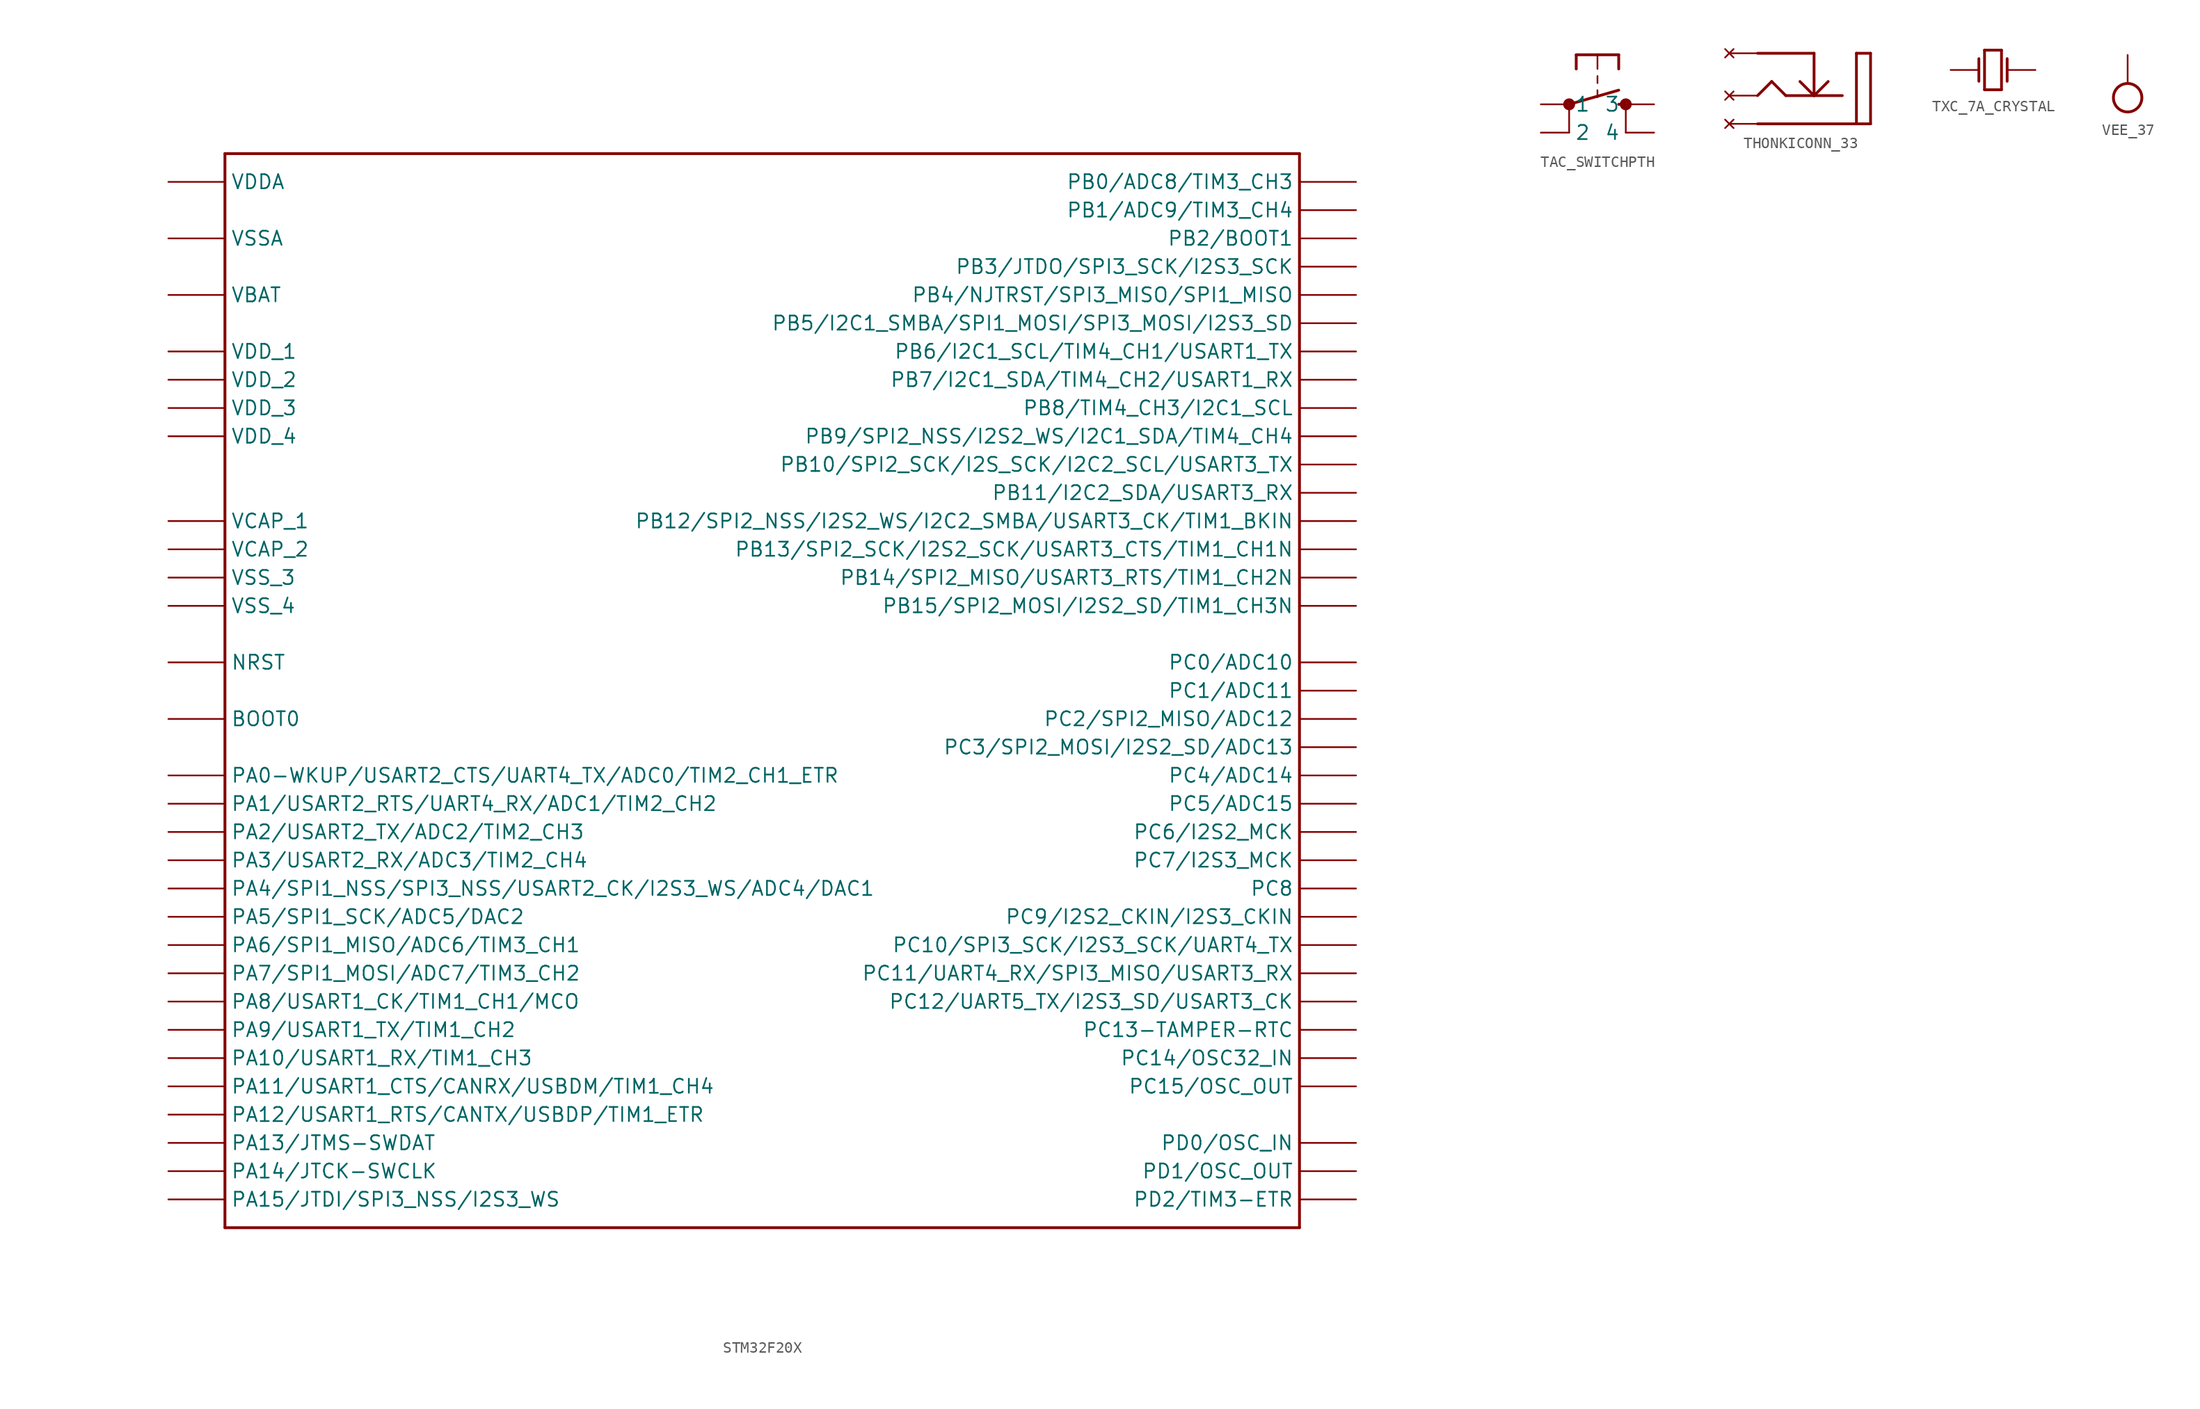
<source format=kicad_sym>
(kicad_symbol_lib
  (version 20231120)
  (generator "kicad_symbol_editor")
  (generator_version "8.0")
  (symbol "STM32F20X"
    (property "Reference" "IC"
      (at 0 0 0)
      (effects (font (size 1.27 1.27)) (hide yes)))
    (property "ki_locked" ""
      (at 0 0 0)
      (effects (font (size 1.27 1.27))))
    (symbol "STM32F20X_1_0"
      (polyline (pts (xy -48.26 -48.26) (xy -48.26 48.26)) (stroke (width 0.254) (type solid)) (fill (type none)))
      (polyline (pts (xy -48.26 48.26) (xy 48.26 48.26)) (stroke (width 0.254) (type solid)) (fill (type none)))
      (polyline (pts (xy 48.26 -48.26) (xy -48.26 -48.26)) (stroke (width 0.254) (type solid)) (fill (type none)))
      (polyline (pts (xy 48.26 48.26) (xy 48.26 -48.26)) (stroke (width 0.254) (type solid)) (fill (type none)))
      (pin power_in line (at -53.34 35.56 0) (length 5.08) (name "VBAT" (effects (font (size 1.27 1.27)))) (number "1" (effects (font (size 0 0)))))
      (pin bidirectional line (at 53.34 -2.54 180) (length 5.08) (name "PC2/SPI2_MISO/ADC12" (effects (font (size 1.27 1.27)))) (number "10" (effects (font (size 0 0)))))
      (pin bidirectional line (at 53.34 -5.08 180) (length 5.08) (name "PC3/SPI2_MOSI/I2S2_SD/ADC13" (effects (font (size 1.27 1.27)))) (number "11" (effects (font (size 0 0)))))
      (pin power_in line (at -53.34 40.64 0) (length 5.08) (name "VSSA" (effects (font (size 1.27 1.27)))) (number "12" (effects (font (size 0 0)))))
      (pin power_in line (at -53.34 45.72 0) (length 5.08) (name "VDDA" (effects (font (size 1.27 1.27)))) (number "13" (effects (font (size 0 0)))))
      (pin bidirectional line (at -53.34 -7.62 0) (length 5.08) (name "PA0-WKUP/USART2_CTS/UART4_TX/ADC0/TIM2_CH1_ETR" (effects (font (size 1.27 1.27)))) (number "14" (effects (font (size 0 0)))))
      (pin bidirectional line (at -53.34 -10.16 0) (length 5.08) (name "PA1/USART2_RTS/UART4_RX/ADC1/TIM2_CH2" (effects (font (size 1.27 1.27)))) (number "15" (effects (font (size 0 0)))))
      (pin bidirectional line (at -53.34 -12.7 0) (length 5.08) (name "PA2/USART2_TX/ADC2/TIM2_CH3" (effects (font (size 1.27 1.27)))) (number "16" (effects (font (size 0 0)))))
      (pin bidirectional line (at -53.34 -15.24 0) (length 5.08) (name "PA3/USART2_RX/ADC3/TIM2_CH4" (effects (font (size 1.27 1.27)))) (number "17" (effects (font (size 0 0)))))
      (pin power_in line (at -53.34 7.62 0) (length 5.08) (name "VSS_4" (effects (font (size 1.27 1.27)))) (number "18" (effects (font (size 0 0)))))
      (pin power_in line (at -53.34 22.86 0) (length 5.08) (name "VDD_4" (effects (font (size 1.27 1.27)))) (number "19" (effects (font (size 0 0)))))
      (pin bidirectional line (at 53.34 -30.48 180) (length 5.08) (name "PC13-TAMPER-RTC" (effects (font (size 1.27 1.27)))) (number "2" (effects (font (size 0 0)))))
      (pin bidirectional line (at -53.34 -17.78 0) (length 5.08) (name "PA4/SPI1_NSS/SPI3_NSS/USART2_CK/I2S3_WS/ADC4/DAC1" (effects (font (size 1.27 1.27)))) (number "20" (effects (font (size 0 0)))))
      (pin bidirectional line (at -53.34 -20.32 0) (length 5.08) (name "PA5/SPI1_SCK/ADC5/DAC2" (effects (font (size 1.27 1.27)))) (number "21" (effects (font (size 0 0)))))
      (pin bidirectional line (at -53.34 -22.86 0) (length 5.08) (name "PA6/SPI1_MISO/ADC6/TIM3_CH1" (effects (font (size 1.27 1.27)))) (number "22" (effects (font (size 0 0)))))
      (pin bidirectional line (at -53.34 -25.4 0) (length 5.08) (name "PA7/SPI1_MOSI/ADC7/TIM3_CH2" (effects (font (size 1.27 1.27)))) (number "23" (effects (font (size 0 0)))))
      (pin bidirectional line (at 53.34 -7.62 180) (length 5.08) (name "PC4/ADC14" (effects (font (size 1.27 1.27)))) (number "24" (effects (font (size 0 0)))))
      (pin bidirectional line (at 53.34 -10.16 180) (length 5.08) (name "PC5/ADC15" (effects (font (size 1.27 1.27)))) (number "25" (effects (font (size 0 0)))))
      (pin bidirectional line (at 53.34 45.72 180) (length 5.08) (name "PB0/ADC8/TIM3_CH3" (effects (font (size 1.27 1.27)))) (number "26" (effects (font (size 0 0)))))
      (pin bidirectional line (at 53.34 43.18 180) (length 5.08) (name "PB1/ADC9/TIM3_CH4" (effects (font (size 1.27 1.27)))) (number "27" (effects (font (size 0 0)))))
      (pin bidirectional line (at 53.34 40.64 180) (length 5.08) (name "PB2/BOOT1" (effects (font (size 1.27 1.27)))) (number "28" (effects (font (size 0 0)))))
      (pin bidirectional line (at 53.34 20.32 180) (length 5.08) (name "PB10/SPI2_SCK/I2S_SCK/I2C2_SCL/USART3_TX" (effects (font (size 1.27 1.27)))) (number "29" (effects (font (size 0 0)))))
      (pin bidirectional line (at 53.34 -33.02 180) (length 5.08) (name "PC14/OSC32_IN" (effects (font (size 1.27 1.27)))) (number "3" (effects (font (size 0 0)))))
      (pin bidirectional line (at 53.34 17.78 180) (length 5.08) (name "PB11/I2C2_SDA/USART3_RX" (effects (font (size 1.27 1.27)))) (number "30" (effects (font (size 0 0)))))
      (pin power_in line (at -53.34 15.24 0) (length 5.08) (name "VCAP_1" (effects (font (size 1.27 1.27)))) (number "31" (effects (font (size 0 0)))))
      (pin power_in line (at -53.34 30.48 0) (length 5.08) (name "VDD_1" (effects (font (size 1.27 1.27)))) (number "32" (effects (font (size 0 0)))))
      (pin bidirectional line (at 53.34 15.24 180) (length 5.08) (name "PB12/SPI2_NSS/I2S2_WS/I2C2_SMBA/USART3_CK/TIM1_BKIN" (effects (font (size 1.27 1.27)))) (number "33" (effects (font (size 0 0)))))
      (pin bidirectional line (at 53.34 12.7 180) (length 5.08) (name "PB13/SPI2_SCK/I2S2_SCK/USART3_CTS/TIM1_CH1N" (effects (font (size 1.27 1.27)))) (number "34" (effects (font (size 0 0)))))
      (pin bidirectional line (at 53.34 10.16 180) (length 5.08) (name "PB14/SPI2_MISO/USART3_RTS/TIM1_CH2N" (effects (font (size 1.27 1.27)))) (number "35" (effects (font (size 0 0)))))
      (pin bidirectional line (at 53.34 7.62 180) (length 5.08) (name "PB15/SPI2_MOSI/I2S2_SD/TIM1_CH3N" (effects (font (size 1.27 1.27)))) (number "36" (effects (font (size 0 0)))))
      (pin bidirectional line (at 53.34 -12.7 180) (length 5.08) (name "PC6/I2S2_MCK" (effects (font (size 1.27 1.27)))) (number "37" (effects (font (size 0 0)))))
      (pin bidirectional line (at 53.34 -15.24 180) (length 5.08) (name "PC7/I2S3_MCK" (effects (font (size 1.27 1.27)))) (number "38" (effects (font (size 0 0)))))
      (pin bidirectional line (at 53.34 -17.78 180) (length 5.08) (name "PC8" (effects (font (size 1.27 1.27)))) (number "39" (effects (font (size 0 0)))))
      (pin bidirectional line (at 53.34 -35.56 180) (length 5.08) (name "PC15/OSC_OUT" (effects (font (size 1.27 1.27)))) (number "4" (effects (font (size 0 0)))))
      (pin bidirectional line (at 53.34 -20.32 180) (length 5.08) (name "PC9/I2S2_CKIN/I2S3_CKIN" (effects (font (size 1.27 1.27)))) (number "40" (effects (font (size 0 0)))))
      (pin bidirectional line (at -53.34 -27.94 0) (length 5.08) (name "PA8/USART1_CK/TIM1_CH1/MCO" (effects (font (size 1.27 1.27)))) (number "41" (effects (font (size 0 0)))))
      (pin bidirectional line (at -53.34 -30.48 0) (length 5.08) (name "PA9/USART1_TX/TIM1_CH2" (effects (font (size 1.27 1.27)))) (number "42" (effects (font (size 0 0)))))
      (pin bidirectional line (at -53.34 -33.02 0) (length 5.08) (name "PA10/USART1_RX/TIM1_CH3" (effects (font (size 1.27 1.27)))) (number "43" (effects (font (size 0 0)))))
      (pin bidirectional line (at -53.34 -35.56 0) (length 5.08) (name "PA11/USART1_CTS/CANRX/USBDM/TIM1_CH4" (effects (font (size 1.27 1.27)))) (number "44" (effects (font (size 0 0)))))
      (pin bidirectional line (at -53.34 -38.1 0) (length 5.08) (name "PA12/USART1_RTS/CANTX/USBDP/TIM1_ETR" (effects (font (size 1.27 1.27)))) (number "45" (effects (font (size 0 0)))))
      (pin bidirectional line (at -53.34 -40.64 0) (length 5.08) (name "PA13/JTMS-SWDAT" (effects (font (size 1.27 1.27)))) (number "46" (effects (font (size 0 0)))))
      (pin power_in line (at -53.34 12.7 0) (length 5.08) (name "VCAP_2" (effects (font (size 1.27 1.27)))) (number "47" (effects (font (size 0 0)))))
      (pin power_in line (at -53.34 27.94 0) (length 5.08) (name "VDD_2" (effects (font (size 1.27 1.27)))) (number "48" (effects (font (size 0 0)))))
      (pin bidirectional line (at -53.34 -43.18 0) (length 5.08) (name "PA14/JTCK-SWCLK" (effects (font (size 1.27 1.27)))) (number "49" (effects (font (size 0 0)))))
      (pin bidirectional line (at 53.34 -40.64 180) (length 5.08) (name "PD0/OSC_IN" (effects (font (size 1.27 1.27)))) (number "5" (effects (font (size 0 0)))))
      (pin bidirectional line (at -53.34 -45.72 0) (length 5.08) (name "PA15/JTDI/SPI3_NSS/I2S3_WS" (effects (font (size 1.27 1.27)))) (number "50" (effects (font (size 0 0)))))
      (pin bidirectional line (at 53.34 -22.86 180) (length 5.08) (name "PC10/SPI3_SCK/I2S3_SCK/UART4_TX" (effects (font (size 1.27 1.27)))) (number "51" (effects (font (size 0 0)))))
      (pin bidirectional line (at 53.34 -25.4 180) (length 5.08) (name "PC11/UART4_RX/SPI3_MISO/USART3_RX" (effects (font (size 1.27 1.27)))) (number "52" (effects (font (size 0 0)))))
      (pin bidirectional line (at 53.34 -27.94 180) (length 5.08) (name "PC12/UART5_TX/I2S3_SD/USART3_CK" (effects (font (size 1.27 1.27)))) (number "53" (effects (font (size 0 0)))))
      (pin bidirectional line (at 53.34 -45.72 180) (length 5.08) (name "PD2/TIM3-ETR" (effects (font (size 1.27 1.27)))) (number "54" (effects (font (size 0 0)))))
      (pin bidirectional line (at 53.34 38.1 180) (length 5.08) (name "PB3/JTDO/SPI3_SCK/I2S3_SCK" (effects (font (size 1.27 1.27)))) (number "55" (effects (font (size 0 0)))))
      (pin bidirectional line (at 53.34 35.56 180) (length 5.08) (name "PB4/NJTRST/SPI3_MISO/SPI1_MISO" (effects (font (size 1.27 1.27)))) (number "56" (effects (font (size 0 0)))))
      (pin bidirectional line (at 53.34 33.02 180) (length 5.08) (name "PB5/I2C1_SMBA/SPI1_MOSI/SPI3_MOSI/I2S3_SD" (effects (font (size 1.27 1.27)))) (number "57" (effects (font (size 0 0)))))
      (pin bidirectional line (at 53.34 30.48 180) (length 5.08) (name "PB6/I2C1_SCL/TIM4_CH1/USART1_TX" (effects (font (size 1.27 1.27)))) (number "58" (effects (font (size 0 0)))))
      (pin bidirectional line (at 53.34 27.94 180) (length 5.08) (name "PB7/I2C1_SDA/TIM4_CH2/USART1_RX" (effects (font (size 1.27 1.27)))) (number "59" (effects (font (size 0 0)))))
      (pin bidirectional line (at 53.34 -43.18 180) (length 5.08) (name "PD1/OSC_OUT" (effects (font (size 1.27 1.27)))) (number "6" (effects (font (size 0 0)))))
      (pin bidirectional line (at -53.34 -2.54 0) (length 5.08) (name "BOOT0" (effects (font (size 1.27 1.27)))) (number "60" (effects (font (size 0 0)))))
      (pin bidirectional line (at 53.34 25.4 180) (length 5.08) (name "PB8/TIM4_CH3/I2C1_SCL" (effects (font (size 1.27 1.27)))) (number "61" (effects (font (size 0 0)))))
      (pin bidirectional line (at 53.34 22.86 180) (length 5.08) (name "PB9/SPI2_NSS/I2S2_WS/I2C1_SDA/TIM4_CH4" (effects (font (size 1.27 1.27)))) (number "62" (effects (font (size 0 0)))))
      (pin power_in line (at -53.34 10.16 0) (length 5.08) (name "VSS_3" (effects (font (size 1.27 1.27)))) (number "63" (effects (font (size 0 0)))))
      (pin power_in line (at -53.34 25.4 0) (length 5.08) (name "VDD_3" (effects (font (size 1.27 1.27)))) (number "64" (effects (font (size 0 0)))))
      (pin bidirectional line (at -53.34 2.54 0) (length 5.08) (name "NRST" (effects (font (size 1.27 1.27)))) (number "7" (effects (font (size 0 0)))))
      (pin bidirectional line (at 53.34 2.54 180) (length 5.08) (name "PC0/ADC10" (effects (font (size 1.27 1.27)))) (number "8" (effects (font (size 0 0)))))
      (pin bidirectional line (at 53.34 0 180) (length 5.08) (name "PC1/ADC11" (effects (font (size 1.27 1.27)))) (number "9" (effects (font (size 0 0)))))))
  (symbol "TAC_SWITCHPTH"
    (property "Reference" "SW"
      (at 0 0 0)
      (effects (font (size 1.27 1.27)) (hide yes)))
    (property "ki_locked" ""
      (at 0 0 0)
      (effects (font (size 1.27 1.27))))
    (symbol "TAC_SWITCHPTH_1_0"
      (circle (center -2.54 -0.953) (radius 0.127) (stroke (width 0.406) (type solid)) (fill (type none)))
      (polyline (pts (xy -2.54 -3.492) (xy -2.54 -0.952)) (stroke (width 0.152) (type solid)) (fill (type none)))
      (polyline (pts (xy -2.54 -0.952) (xy 1.905 0.317)) (stroke (width 0.254) (type solid)) (fill (type none)))
      (polyline (pts (xy -1.905 3.492) (xy -1.905 2.222)) (stroke (width 0.254) (type solid)) (fill (type none)))
      (polyline (pts (xy 0 0.317) (xy 0 -0.317)) (stroke (width 0.152) (type solid)) (fill (type none)))
      (polyline (pts (xy 0 1.587) (xy 0 0.952)) (stroke (width 0.152) (type solid)) (fill (type none)))
      (polyline (pts (xy 0 3.492) (xy -1.905 3.492)) (stroke (width 0.254) (type solid)) (fill (type none)))
      (polyline (pts (xy 0 3.492) (xy 0 2.222)) (stroke (width 0.152) (type solid)) (fill (type none)))
      (polyline (pts (xy 1.905 -0.952) (xy 2.54 -0.952)) (stroke (width 0.254) (type solid)) (fill (type none)))
      (polyline (pts (xy 1.905 3.492) (xy 0 3.492)) (stroke (width 0.254) (type solid)) (fill (type none)))
      (polyline (pts (xy 1.905 3.492) (xy 1.905 2.222)) (stroke (width 0.254) (type solid)) (fill (type none)))
      (polyline (pts (xy 2.54 -3.492) (xy 2.54 -0.952)) (stroke (width 0.152) (type solid)) (fill (type none)))
      (circle (center 2.54 -0.953) (radius 0.127) (stroke (width 0.406) (type solid)) (fill (type none)))
      (pin passive line (at -5.08 -0.952 0) (length 2.54) (name "1" (effects (font (size 1.27 1.27)))) (number "1" (effects (font (size 0 0)))))
      (pin passive line (at -5.08 -3.492 0) (length 2.54) (name "2" (effects (font (size 1.27 1.27)))) (number "2" (effects (font (size 0 0)))))
      (pin passive line (at 5.08 -0.952 180) (length 2.54) (name "3" (effects (font (size 1.27 1.27)))) (number "3" (effects (font (size 0 0)))))
      (pin passive line (at 5.08 -3.492 180) (length 2.54) (name "4" (effects (font (size 1.27 1.27)))) (number "4" (effects (font (size 0 0)))))))
  (symbol "THONKICONN_33"
    (property "Reference" "J"
      (at 0 0 0)
      (effects (font (size 1.27 1.27)) (hide yes)))
    (property "ki_locked" ""
      (at 0 0 0)
      (effects (font (size 1.27 1.27))))
    (symbol "THONKICONN_33_1_0"
      (polyline (pts (xy -5.08 -0.635) (xy -3.81 0.635)) (stroke (width 0.25) (type solid)) (fill (type none)))
      (polyline (pts (xy -5.08 3.175) (xy 0 3.175)) (stroke (width 0.25) (type solid)) (fill (type none)))
      (polyline (pts (xy -3.81 0.635) (xy -2.54 -0.635)) (stroke (width 0.25) (type solid)) (fill (type none)))
      (polyline (pts (xy -2.54 -0.635) (xy 2.54 -0.635)) (stroke (width 0.25) (type solid)) (fill (type none)))
      (polyline (pts (xy -1.27 0.635) (xy 0 -0.635)) (stroke (width 0.25) (type solid)) (fill (type none)))
      (polyline (pts (xy 0 -0.635) (xy 0 3.175)) (stroke (width 0.25) (type solid)) (fill (type none)))
      (polyline (pts (xy 1.27 0.635) (xy 0 -0.635)) (stroke (width 0.25) (type solid)) (fill (type none)))
      (polyline (pts (xy 3.81 -3.175) (xy -5.08 -3.175)) (stroke (width 0.25) (type solid)) (fill (type none)))
      (polyline (pts (xy 3.81 -3.175) (xy 3.81 3.175)) (stroke (width 0.25) (type solid)) (fill (type none)))
      (polyline (pts (xy 3.81 3.175) (xy 5.08 3.175)) (stroke (width 0.25) (type solid)) (fill (type none)))
      (polyline (pts (xy 5.08 -3.175) (xy 3.81 -3.175)) (stroke (width 0.25) (type solid)) (fill (type none)))
      (polyline (pts (xy 5.08 3.175) (xy 5.08 -3.175)) (stroke (width 0.25) (type solid)) (fill (type none)))
      (pin no_connect line (at -7.62 3.175 0) (length 2.54) (name "TN" (effects (font (size 0 0)))) (number "1" (effects (font (size 0 0)))))
      (pin no_connect line (at -7.62 -0.635 0) (length 2.54) (name "Tip" (effects (font (size 0 0)))) (number "2" (effects (font (size 0 0)))))
      (pin no_connect line (at -7.62 -3.175 0) (length 2.54) (name "GND" (effects (font (size 0 0)))) (number "3" (effects (font (size 0 0)))))))
  (symbol "TXC_7A_CRYSTAL"
    (property "Reference" "Q"
      (at 0 0 0)
      (effects (font (size 1.27 1.27)) (hide yes)))
    (property "ki_locked" ""
      (at 0 0 0)
      (effects (font (size 1.27 1.27))))
    (symbol "TXC_7A_CRYSTAL_1_0"
      (polyline (pts (xy -1.27 1.016) (xy -1.27 -1.016)) (stroke (width 0.25) (type solid)) (fill (type none)))
      (polyline (pts (xy -0.762 -1.778) (xy -0.762 1.778)) (stroke (width 0.25) (type solid)) (fill (type none)))
      (polyline (pts (xy -0.762 1.778) (xy 0.762 1.778)) (stroke (width 0.25) (type solid)) (fill (type none)))
      (polyline (pts (xy 0.762 -1.778) (xy -0.762 -1.778)) (stroke (width 0.25) (type solid)) (fill (type none)))
      (polyline (pts (xy 0.762 1.778) (xy 0.762 -1.778)) (stroke (width 0.25) (type solid)) (fill (type none)))
      (polyline (pts (xy 1.27 1.016) (xy 1.27 -1.016)) (stroke (width 0.25) (type solid)) (fill (type none)))
      (pin passive line (at -3.81 0 0) (length 2.54) (name "OSC1" (effects (font (size 0 0)))) (number "1" (effects (font (size 0 0)))))
      (pin passive line (at 3.81 0 180) (length 2.54) (name "OSC2" (effects (font (size 0 0)))) (number "2" (effects (font (size 0 0)))))))
  (symbol "VEE_37"
    (power)
    (property "Reference" "#SUPPLY"
      (at 0 0 0)
      (effects (font (size 1.27 1.27)) (hide yes)))
    (property "ki_locked" ""
      (at 0 0 0)
      (effects (font (size 1.27 1.27))))
    (symbol "VEE_37_1_0"
      (circle (center 0 0) (radius 1.27) (stroke (width 0.254) (type solid)) (fill (type none)))
      (pin power_in line (at 0 3.81 270) (length 2.54) (name "VEE" (effects (font (size 0 0)))) (number "1" (effects (font (size 0 0))))))))
</source>
